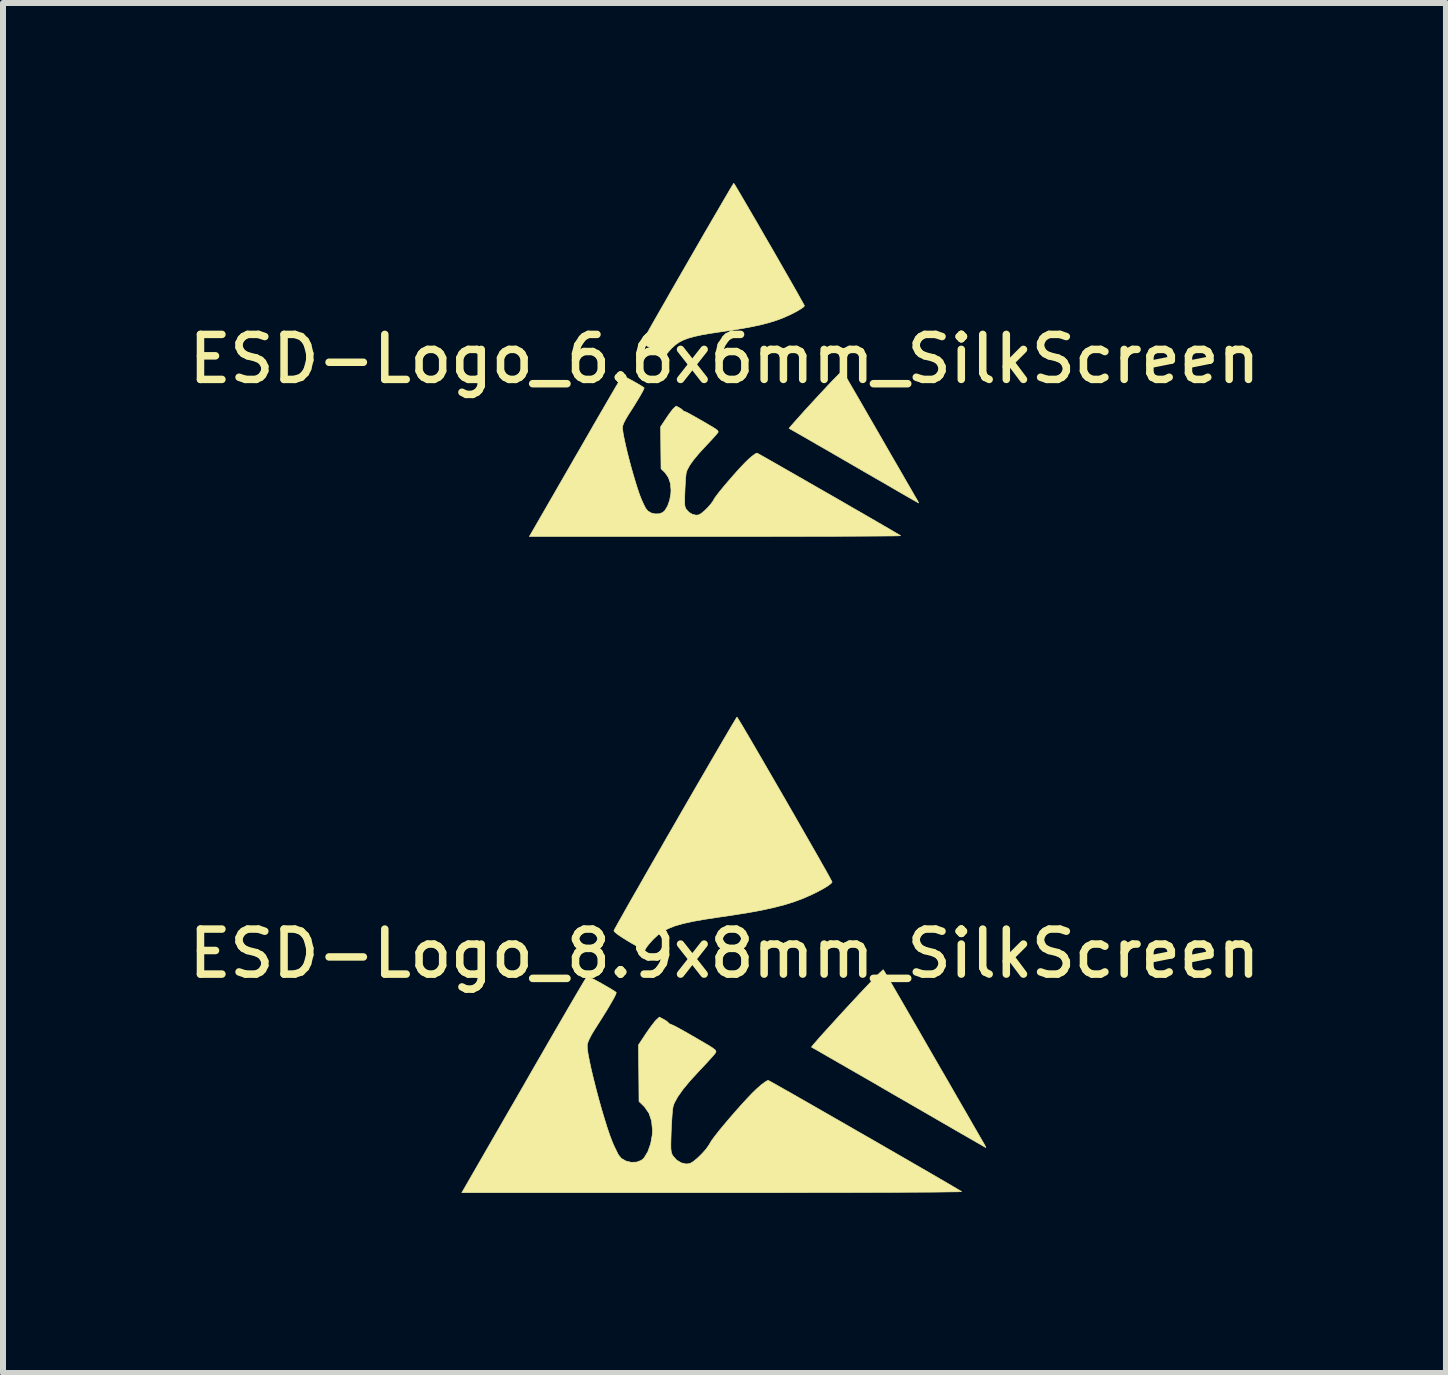
<source format=kicad_pcb>
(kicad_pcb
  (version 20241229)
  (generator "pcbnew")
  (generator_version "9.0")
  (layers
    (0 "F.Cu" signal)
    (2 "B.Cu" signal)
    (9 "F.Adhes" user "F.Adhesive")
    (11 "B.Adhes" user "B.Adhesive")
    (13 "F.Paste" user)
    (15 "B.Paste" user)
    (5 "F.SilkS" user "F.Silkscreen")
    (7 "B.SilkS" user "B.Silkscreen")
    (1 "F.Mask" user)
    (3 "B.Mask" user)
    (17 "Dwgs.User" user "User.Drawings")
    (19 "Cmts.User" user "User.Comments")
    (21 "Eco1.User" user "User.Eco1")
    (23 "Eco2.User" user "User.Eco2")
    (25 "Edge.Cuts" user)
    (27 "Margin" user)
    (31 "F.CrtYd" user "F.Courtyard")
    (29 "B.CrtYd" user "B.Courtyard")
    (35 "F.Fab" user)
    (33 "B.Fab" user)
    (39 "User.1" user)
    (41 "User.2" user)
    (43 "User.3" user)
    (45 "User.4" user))
  (footprint "ESD-Logo_8.9x8mm_SilkScreen"
    (layer "F.Cu")
    (at 9.023 12.842)
    (property "Reference" "ESD-Logo_8.9x8mm_SilkScreen" (at 0 0 0) (layer "F.SilkS") (effects (font (size 0.75 0.75) (thickness 0.125))))
    (attr exclude_from_pos_files exclude_from_bom allow_missing_courtyard)
    (fp_poly (pts (xy 2.676 0.316) (xy 2.691 0.342) (xy 2.726 0.4) (xy 2.778 0.49) (xy 2.845 0.606) (xy 2.927 0.747) (xy 3.021 0.909) (xy 3.125 1.09) (xy 3.239 1.286) (xy 3.359 1.495) (xy 3.483 1.71) (xy 3.61 1.93) (xy 3.732 2.14) (xy 3.846 2.339) (xy 3.953 2.524) (xy 4.049 2.69) (xy 4.132 2.835) (xy 4.202 2.956) (xy 4.256 3.05) (xy 4.293 3.114) (xy 4.311 3.144) (xy 4.339 3.194) (xy 4.354 3.226) (xy 4.355 3.231) (xy 4.336 3.221) (xy 4.284 3.191) (xy 4.202 3.144) (xy 4.091 3.08) (xy 3.955 3.002) (xy 3.797 2.911) (xy 3.619 2.808) (xy 3.424 2.695) (xy 3.214 2.574) (xy 2.993 2.446) (xy 2.909 2.398) (xy 2.684 2.268) (xy 2.47 2.143) (xy 2.268 2.027) (xy 2.082 1.92) (xy 1.915 1.824) (xy 1.769 1.74) (xy 1.647 1.67) (xy 1.552 1.615) (xy 1.487 1.578) (xy 1.454 1.56) (xy 1.45 1.558) (xy 1.46 1.542) (xy 1.495 1.5) (xy 1.552 1.435) (xy 1.626 1.351) (xy 1.715 1.253) (xy 1.814 1.144) (xy 1.92 1.027) (xy 2.03 0.908) (xy 2.14 0.789) (xy 2.246 0.675) (xy 2.345 0.57) (xy 2.433 0.477) (xy 2.507 0.401) (xy 2.562 0.345) (xy 2.581 0.326) (xy 2.645 0.267) (xy 2.676 0.316)) (stroke (width 0.01) (type solid)) (fill yes) (layer "F.SilkS"))
    (fp_poly (pts (xy 0.221 -3.924) (xy 0.252 -3.873) (xy 0.3 -3.794) (xy 0.362 -3.688) (xy 0.438 -3.559) (xy 0.524 -3.412) (xy 0.619 -3.248) (xy 0.721 -3.072) (xy 0.828 -2.887) (xy 0.939 -2.696) (xy 1.05 -2.503) (xy 1.161 -2.311) (xy 1.268 -2.124) (xy 1.371 -1.944) (xy 1.467 -1.776) (xy 1.555 -1.623) (xy 1.631 -1.488) (xy 1.696 -1.374) (xy 1.745 -1.285) (xy 1.778 -1.224) (xy 1.793 -1.195) (xy 1.793 -1.193) (xy 1.775 -1.169) (xy 1.725 -1.131) (xy 1.648 -1.084) (xy 1.552 -1.032) (xy 1.45 -0.982) (xy 1.312 -0.921) (xy 1.167 -0.867) (xy 1.01 -0.817) (xy 0.836 -0.772) (xy 0.639 -0.728) (xy 0.416 -0.686) (xy 0.16 -0.645) (xy -0.104 -0.606) (xy -0.334 -0.571) (xy -0.527 -0.537) (xy -0.688 -0.501) (xy -0.822 -0.463) (xy -0.933 -0.419) (xy -1.027 -0.37) (xy -1.109 -0.312) (xy -1.182 -0.244) (xy -1.206 -0.219) (xy -1.258 -0.16) (xy -1.296 -0.112) (xy -1.313 -0.084) (xy -1.314 -0.082) (xy -1.32 -0.068) (xy -1.341 -0.067) (xy -1.382 -0.083) (xy -1.447 -0.117) (xy -1.541 -0.17) (xy -1.606 -0.208) (xy -1.702 -0.268) (xy -1.778 -0.319) (xy -1.826 -0.358) (xy -1.843 -0.381) (xy -1.843 -0.381) (xy -1.833 -0.403) (xy -1.803 -0.457) (xy -1.756 -0.542) (xy -1.693 -0.653) (xy -1.617 -0.789) (xy -1.528 -0.945) (xy -1.428 -1.119) (xy -1.32 -1.309) (xy -1.205 -1.51) (xy -1.084 -1.72) (xy -0.96 -1.937) (xy -0.833 -2.156) (xy -0.707 -2.376) (xy -0.582 -2.592) (xy -0.46 -2.803) (xy -0.343 -3.004) (xy -0.233 -3.194) (xy -0.131 -3.369) (xy -0.039 -3.527) (xy 0.041 -3.663) (xy 0.107 -3.776) (xy 0.158 -3.861) (xy 0.192 -3.918) (xy 0.208 -3.941) (xy 0.209 -3.941) (xy 0.221 -3.924)) (stroke (width 0.01) (type solid)) (fill yes) (layer "F.SilkS"))
    (fp_poly (pts (xy -2.259 0.392) (xy -2.215 0.409) (xy -2.149 0.443) (xy -2.053 0.495) (xy -2.045 0.5) (xy -1.957 0.55) (xy -1.883 0.594) (xy -1.829 0.628) (xy -1.804 0.646) (xy -1.804 0.647) (xy -1.81 0.672) (xy -1.837 0.729) (xy -1.885 0.814) (xy -1.95 0.925) (xy -2.032 1.057) (xy -2.128 1.209) (xy -2.152 1.246) (xy -2.215 1.349) (xy -2.26 1.437) (xy -2.285 1.504) (xy -2.287 1.517) (xy -2.286 1.574) (xy -2.274 1.666) (xy -2.251 1.785) (xy -2.221 1.927) (xy -2.183 2.084) (xy -2.141 2.252) (xy -2.095 2.425) (xy -2.047 2.596) (xy -1.998 2.759) (xy -1.951 2.91) (xy -1.906 3.041) (xy -1.865 3.148) (xy -1.837 3.211) (xy -1.804 3.279) (xy -1.772 3.344) (xy -1.771 3.347) (xy -1.719 3.412) (xy -1.642 3.456) (xy -1.554 3.477) (xy -1.464 3.474) (xy -1.385 3.444) (xy -1.341 3.406) (xy -1.277 3.3) (xy -1.23 3.167) (xy -1.204 3.023) (xy -1.2 2.94) (xy -1.215 2.787) (xy -1.258 2.66) (xy -1.332 2.553) (xy -1.355 2.53) (xy -1.424 2.463) (xy -1.428 1.992) (xy -1.433 1.521) (xy -1.313 1.339) (xy -1.257 1.257) (xy -1.202 1.183) (xy -1.158 1.127) (xy -1.139 1.107) (xy -1.085 1.057) (xy -1.012 1.096) (xy -0.965 1.124) (xy -0.94 1.146) (xy -0.938 1.15) (xy -0.921 1.167) (xy -0.892 1.179) (xy -0.863 1.191) (xy -0.819 1.212) (xy -0.756 1.246) (xy -0.671 1.293) (xy -0.559 1.357) (xy -0.417 1.44) (xy -0.339 1.485) (xy -0.248 1.539) (xy -0.189 1.578) (xy -0.155 1.605) (xy -0.142 1.626) (xy -0.145 1.645) (xy -0.147 1.649) (xy -0.168 1.677) (xy -0.213 1.728) (xy -0.276 1.798) (xy -0.353 1.881) (xy -0.419 1.951) (xy -0.572 2.117) (xy -0.692 2.262) (xy -0.779 2.385) (xy -0.836 2.489) (xy -0.855 2.542) (xy -0.863 2.588) (xy -0.871 2.667) (xy -0.878 2.77) (xy -0.885 2.887) (xy -0.888 2.961) (xy -0.892 3.089) (xy -0.894 3.183) (xy -0.893 3.25) (xy -0.888 3.296) (xy -0.88 3.329) (xy -0.867 3.357) (xy -0.856 3.374) (xy -0.797 3.44) (xy -0.72 3.486) (xy -0.639 3.505) (xy -0.578 3.498) (xy -0.523 3.467) (xy -0.454 3.411) (xy -0.381 3.34) (xy -0.313 3.265) (xy -0.261 3.193) (xy -0.241 3.159) (xy -0.212 3.111) (xy -0.159 3.04) (xy -0.087 2.948) (xy -0.001 2.844) (xy 0.094 2.732) (xy 0.194 2.617) (xy 0.293 2.506) (xy 0.387 2.404) (xy 0.471 2.316) (xy 0.538 2.252) (xy 0.611 2.188) (xy 0.673 2.141) (xy 0.716 2.115) (xy 0.73 2.112) (xy 0.752 2.124) (xy 0.807 2.154) (xy 0.892 2.202) (xy 1.003 2.265) (xy 1.138 2.341) (xy 1.293 2.43) (xy 1.465 2.528) (xy 1.651 2.635) (xy 1.848 2.748) (xy 2.052 2.865) (xy 2.26 2.985) (xy 2.47 3.105) (xy 2.678 3.225) (xy 2.881 3.342) (xy 3.075 3.454) (xy 3.258 3.56) (xy 3.426 3.657) (xy 3.577 3.745) (xy 3.706 3.82) (xy 3.812 3.882) (xy 3.89 3.928) (xy 3.937 3.956) (xy 3.951 3.965) (xy 3.932 3.967) (xy 3.874 3.969) (xy 3.778 3.97) (xy 3.646 3.972) (xy 3.48 3.974) (xy 3.282 3.975) (xy 3.054 3.976) (xy 2.798 3.978) (xy 2.515 3.979) (xy 2.209 3.98) (xy 1.88 3.981) (xy 1.531 3.981) (xy 1.163 3.982) (xy 0.779 3.983) (xy 0.38 3.983) (xy -0.031 3.983) (xy -0.203 3.983) (xy -4.377 3.983) (xy -4.08 3.467) (xy -4.017 3.358) (xy -3.936 3.217) (xy -3.839 3.049) (xy -3.73 2.86) (xy -3.611 2.653) (xy -3.484 2.434) (xy -3.353 2.207) (xy -3.221 1.976) (xy -3.089 1.747) (xy -3.055 1.689) (xy -2.934 1.478) (xy -2.818 1.278) (xy -2.709 1.09) (xy -2.61 0.919) (xy -2.521 0.767) (xy -2.445 0.637) (xy -2.383 0.532) (xy -2.338 0.456) (xy -2.31 0.41) (xy -2.303 0.399) (xy -2.286 0.389) (xy -2.259 0.392)) (stroke (width 0.01) (type solid)) (fill yes) (layer "F.SilkS")))
  (footprint "ESD-Logo_6.6x6mm_SilkScreen"
    (layer "F.Cu")
    (at 9.023 2.932)
    (property "Reference" "ESD-Logo_6.6x6mm_SilkScreen" (at 0 0 0) (layer "F.SilkS") (effects (font (size 0.75 0.75) (thickness 0.125))))
    (attr exclude_from_pos_files exclude_from_bom allow_missing_courtyard)
    (fp_poly (pts (xy 1.988 0.235) (xy 1.999 0.254) (xy 2.024 0.297) (xy 2.063 0.364) (xy 2.113 0.45) (xy 2.174 0.555) (xy 2.244 0.675) (xy 2.321 0.809) (xy 2.405 0.955) (xy 2.495 1.11) (xy 2.587 1.27) (xy 2.681 1.433) (xy 2.771 1.59) (xy 2.857 1.738) (xy 2.936 1.874) (xy 3.007 1.998) (xy 3.069 2.105) (xy 3.121 2.195) (xy 3.161 2.265) (xy 3.189 2.313) (xy 3.202 2.335) (xy 3.223 2.372) (xy 3.234 2.396) (xy 3.235 2.4) (xy 3.221 2.392) (xy 3.182 2.37) (xy 3.12 2.335) (xy 3.038 2.288) (xy 2.937 2.23) (xy 2.82 2.162) (xy 2.688 2.085) (xy 2.543 2.002) (xy 2.387 1.912) (xy 2.223 1.817) (xy 2.161 1.781) (xy 1.993 1.684) (xy 1.834 1.592) (xy 1.684 1.505) (xy 1.546 1.426) (xy 1.422 1.354) (xy 1.314 1.292) (xy 1.223 1.24) (xy 1.153 1.2) (xy 1.104 1.172) (xy 1.08 1.158) (xy 1.077 1.157) (xy 1.085 1.145) (xy 1.111 1.114) (xy 1.153 1.066) (xy 1.208 1.004) (xy 1.274 0.93) (xy 1.347 0.849) (xy 1.426 0.763) (xy 1.508 0.674) (xy 1.589 0.586) (xy 1.668 0.502) (xy 1.741 0.423) (xy 1.807 0.354) (xy 1.862 0.298) (xy 1.903 0.256) (xy 1.917 0.242) (xy 1.964 0.198) (xy 1.988 0.235)) (stroke (width 0.01) (type solid)) (fill yes) (layer "F.SilkS"))
    (fp_poly (pts (xy 0.164 -2.914) (xy 0.187 -2.877) (xy 0.223 -2.817) (xy 0.269 -2.739) (xy 0.325 -2.643) (xy 0.389 -2.534) (xy 0.46 -2.412) (xy 0.536 -2.282) (xy 0.615 -2.144) (xy 0.697 -2.002) (xy 0.78 -1.859) (xy 0.862 -1.717) (xy 0.942 -1.577) (xy 1.018 -1.444) (xy 1.09 -1.319) (xy 1.155 -1.205) (xy 1.212 -1.105) (xy 1.259 -1.02) (xy 1.296 -0.954) (xy 1.321 -0.909) (xy 1.332 -0.888) (xy 1.332 -0.886) (xy 1.319 -0.868) (xy 1.281 -0.84) (xy 1.224 -0.805) (xy 1.152 -0.766) (xy 1.077 -0.729) (xy 0.975 -0.684) (xy 0.867 -0.644) (xy 0.75 -0.607) (xy 0.621 -0.573) (xy 0.475 -0.541) (xy 0.309 -0.51) (xy 0.119 -0.479) (xy -0.078 -0.45) (xy -0.248 -0.424) (xy -0.391 -0.399) (xy -0.511 -0.372) (xy -0.61 -0.344) (xy -0.693 -0.312) (xy -0.763 -0.275) (xy -0.823 -0.231) (xy -0.878 -0.181) (xy -0.896 -0.162) (xy -0.934 -0.119) (xy -0.962 -0.083) (xy -0.975 -0.062) (xy -0.976 -0.061) (xy -0.98 -0.05) (xy -0.996 -0.05) (xy -1.027 -0.062) (xy -1.075 -0.087) (xy -1.144 -0.126) (xy -1.193 -0.154) (xy -1.264 -0.199) (xy -1.32 -0.237) (xy -1.356 -0.266) (xy -1.369 -0.283) (xy -1.369 -0.283) (xy -1.361 -0.299) (xy -1.339 -0.34) (xy -1.304 -0.402) (xy -1.258 -0.485) (xy -1.201 -0.586) (xy -1.135 -0.702) (xy -1.061 -0.831) (xy -0.98 -0.972) (xy -0.895 -1.122) (xy -0.805 -1.278) (xy -0.713 -1.438) (xy -0.619 -1.601) (xy -0.525 -1.764) (xy -0.432 -1.925) (xy -0.342 -2.082) (xy -0.255 -2.231) (xy -0.173 -2.372) (xy -0.097 -2.502) (xy -0.029 -2.619) (xy 0.03 -2.72) (xy 0.079 -2.804) (xy 0.117 -2.868) (xy 0.143 -2.909) (xy 0.154 -2.927) (xy 0.155 -2.927) (xy 0.164 -2.914)) (stroke (width 0.01) (type solid)) (fill yes) (layer "F.SilkS"))
    (fp_poly (pts (xy -1.678 0.291) (xy -1.645 0.304) (xy -1.596 0.329) (xy -1.525 0.368) (xy -1.519 0.371) (xy -1.454 0.408) (xy -1.398 0.441) (xy -1.359 0.466) (xy -1.34 0.48) (xy -1.339 0.48) (xy -1.344 0.499) (xy -1.365 0.542) (xy -1.4 0.605) (xy -1.449 0.687) (xy -1.509 0.785) (xy -1.581 0.898) (xy -1.599 0.925) (xy -1.645 1.002) (xy -1.679 1.068) (xy -1.697 1.117) (xy -1.699 1.127) (xy -1.698 1.169) (xy -1.689 1.237) (xy -1.672 1.326) (xy -1.649 1.431) (xy -1.622 1.548) (xy -1.59 1.673) (xy -1.556 1.801) (xy -1.52 1.928) (xy -1.484 2.049) (xy -1.449 2.161) (xy -1.416 2.259) (xy -1.385 2.338) (xy -1.364 2.385) (xy -1.34 2.435) (xy -1.316 2.483) (xy -1.315 2.486) (xy -1.276 2.534) (xy -1.22 2.567) (xy -1.154 2.582) (xy -1.088 2.58) (xy -1.029 2.558) (xy -0.996 2.529) (xy -0.948 2.451) (xy -0.913 2.352) (xy -0.894 2.245) (xy -0.891 2.184) (xy -0.902 2.07) (xy -0.934 1.976) (xy -0.989 1.896) (xy -1.006 1.879) (xy -1.057 1.829) (xy -1.061 1.479) (xy -1.064 1.129) (xy -0.975 0.995) (xy -0.933 0.933) (xy -0.893 0.878) (xy -0.86 0.837) (xy -0.846 0.822) (xy -0.806 0.785) (xy -0.751 0.814) (xy -0.717 0.835) (xy -0.698 0.851) (xy -0.697 0.854) (xy -0.684 0.867) (xy -0.662 0.876) (xy -0.641 0.884) (xy -0.608 0.9) (xy -0.562 0.925) (xy -0.498 0.961) (xy -0.415 1.008) (xy -0.309 1.069) (xy -0.252 1.103) (xy -0.184 1.143) (xy -0.14 1.172) (xy -0.115 1.192) (xy -0.106 1.208) (xy -0.107 1.222) (xy -0.109 1.225) (xy -0.125 1.245) (xy -0.158 1.284) (xy -0.205 1.336) (xy -0.262 1.397) (xy -0.311 1.449) (xy -0.425 1.573) (xy -0.514 1.68) (xy -0.579 1.771) (xy -0.621 1.849) (xy -0.635 1.888) (xy -0.641 1.922) (xy -0.647 1.981) (xy -0.652 2.057) (xy -0.657 2.144) (xy -0.659 2.199) (xy -0.663 2.294) (xy -0.664 2.364) (xy -0.663 2.413) (xy -0.66 2.448) (xy -0.653 2.473) (xy -0.644 2.493) (xy -0.636 2.506) (xy -0.592 2.555) (xy -0.534 2.589) (xy -0.474 2.603) (xy -0.429 2.598) (xy -0.388 2.575) (xy -0.337 2.533) (xy -0.283 2.481) (xy -0.233 2.425) (xy -0.194 2.372) (xy -0.179 2.346) (xy -0.158 2.311) (xy -0.118 2.257) (xy -0.065 2.19) (xy -0.001 2.112) (xy 0.07 2.029) (xy 0.144 1.944) (xy 0.218 1.861) (xy 0.288 1.785) (xy 0.35 1.72) (xy 0.399 1.673) (xy 0.454 1.625) (xy 0.5 1.59) (xy 0.532 1.571) (xy 0.542 1.569) (xy 0.559 1.577) (xy 0.6 1.6) (xy 0.663 1.635) (xy 0.745 1.682) (xy 0.845 1.739) (xy 0.96 1.805) (xy 1.088 1.878) (xy 1.226 1.957) (xy 1.372 2.041) (xy 1.524 2.128) (xy 1.679 2.217) (xy 1.835 2.306) (xy 1.989 2.395) (xy 2.139 2.482) (xy 2.284 2.565) (xy 2.42 2.644) (xy 2.545 2.716) (xy 2.656 2.781) (xy 2.753 2.837) (xy 2.831 2.883) (xy 2.889 2.917) (xy 2.924 2.938) (xy 2.934 2.945) (xy 2.92 2.946) (xy 2.877 2.948) (xy 2.806 2.949) (xy 2.708 2.95) (xy 2.584 2.951) (xy 2.437 2.952) (xy 2.268 2.953) (xy 2.078 2.954) (xy 1.868 2.955) (xy 1.64 2.956) (xy 1.396 2.956) (xy 1.137 2.957) (xy 0.864 2.957) (xy 0.579 2.958) (xy 0.282 2.958) (xy -0.023 2.958) (xy -0.151 2.958) (xy -3.251 2.958) (xy -3.03 2.575) (xy -2.983 2.494) (xy -2.923 2.389) (xy -2.851 2.265) (xy -2.77 2.124) (xy -2.682 1.971) (xy -2.588 1.808) (xy -2.491 1.639) (xy -2.392 1.468) (xy -2.294 1.298) (xy -2.269 1.255) (xy -2.179 1.098) (xy -2.093 0.949) (xy -2.012 0.81) (xy -1.938 0.682) (xy -1.872 0.569) (xy -1.816 0.473) (xy -1.77 0.395) (xy -1.736 0.338) (xy -1.716 0.305) (xy -1.71 0.296) (xy -1.698 0.289) (xy -1.678 0.291)) (stroke (width 0.01) (type solid)) (fill yes) (layer "F.SilkS")))
  (gr_rect
    (start -3 -3)
    (end 21.046 19.83)
    (stroke (width 0.1) (type default))
    (fill no)
    (layer "Edge.Cuts")))
</source>
